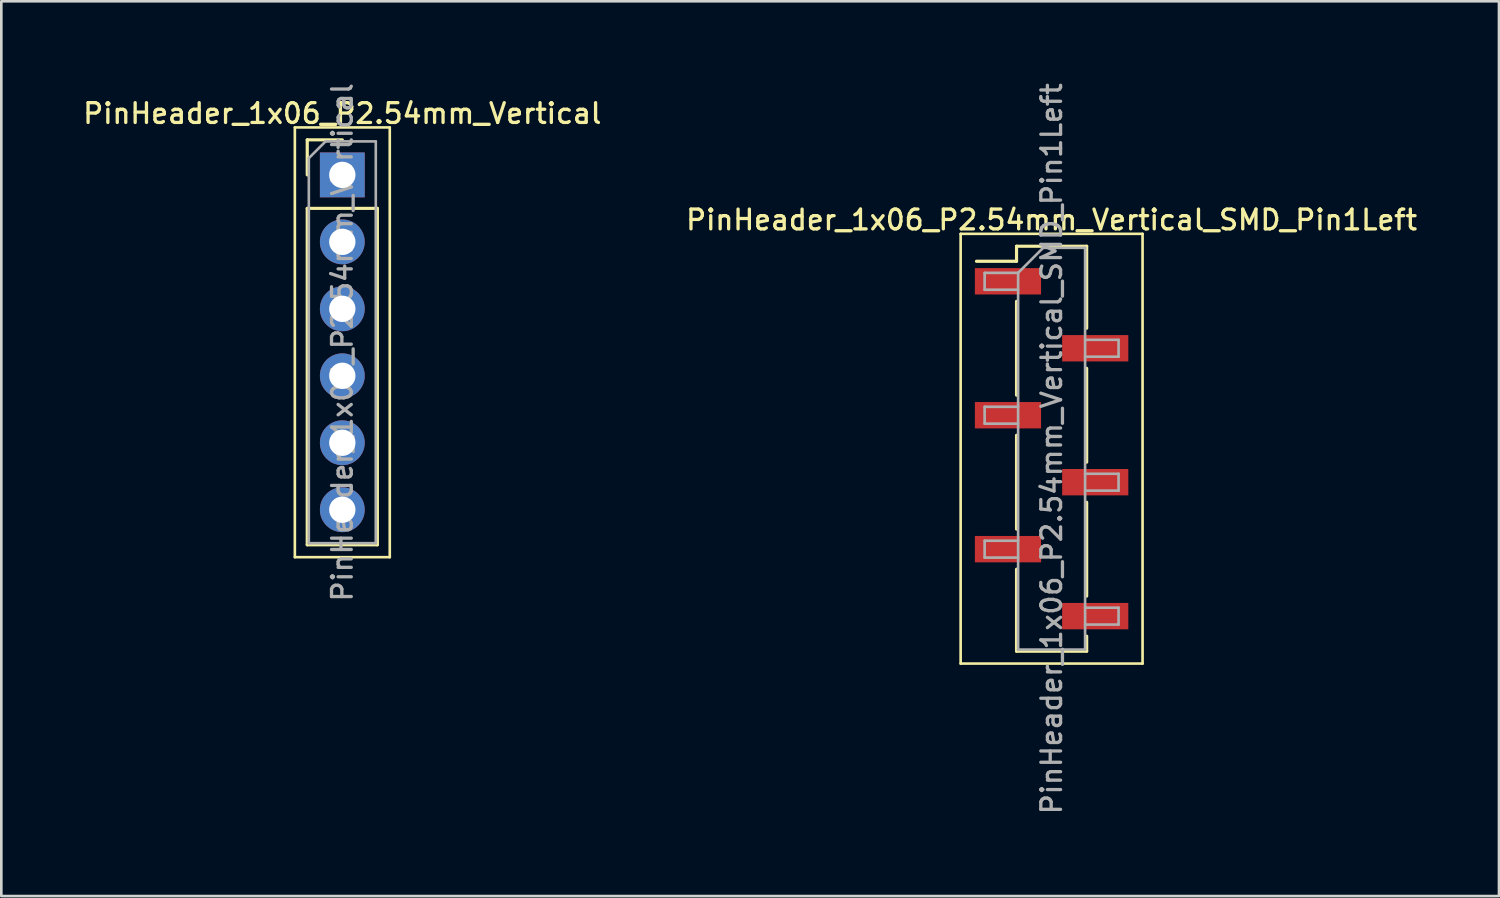
<source format=kicad_pcb>
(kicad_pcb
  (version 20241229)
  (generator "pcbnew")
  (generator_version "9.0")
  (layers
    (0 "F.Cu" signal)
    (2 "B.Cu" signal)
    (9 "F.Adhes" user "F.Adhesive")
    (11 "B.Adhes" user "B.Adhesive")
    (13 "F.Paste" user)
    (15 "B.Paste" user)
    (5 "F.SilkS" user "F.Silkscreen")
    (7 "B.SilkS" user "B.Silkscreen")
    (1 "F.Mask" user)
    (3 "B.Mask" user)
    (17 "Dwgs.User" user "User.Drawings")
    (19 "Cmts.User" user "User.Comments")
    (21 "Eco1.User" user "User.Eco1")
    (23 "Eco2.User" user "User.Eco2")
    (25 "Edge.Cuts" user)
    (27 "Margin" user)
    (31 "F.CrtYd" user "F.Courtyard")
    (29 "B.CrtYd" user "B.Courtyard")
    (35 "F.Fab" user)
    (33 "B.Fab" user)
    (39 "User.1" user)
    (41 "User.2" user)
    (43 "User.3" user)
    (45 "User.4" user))
  (footprint "PinHeader_1x06_P2.54mm_Vertical_SMD_Pin1Left"
    (layer "F.Cu")
    (at 36.838 13.97)
    (property "Reference" "PinHeader_1x06_P2.54mm_Vertical_SMD_Pin1Left" (at 0 -8.68 0) (layer "F.SilkS") (effects (font (size 0.75 0.75) (thickness 0.125))))
    (attr smd)
    (fp_line (start -3.45 -8.15) (end -3.45 8.15) (stroke (width 0.1) (type solid)) (layer "F.SilkS"))
    (fp_line (start -3.45 8.15) (end 3.45 8.15) (stroke (width 0.1) (type solid)) (layer "F.SilkS"))
    (fp_line (start -1.33 -7.68) (end -1.33 -7.11) (stroke (width 0.12) (type solid)) (layer "F.SilkS"))
    (fp_line (start -1.33 -7.68) (end 1.33 -7.68) (stroke (width 0.12) (type solid)) (layer "F.SilkS"))
    (fp_line (start -1.33 -7.11) (end -2.85 -7.11) (stroke (width 0.12) (type solid)) (layer "F.SilkS"))
    (fp_line (start -1.33 -5.59) (end -1.33 -2.03) (stroke (width 0.12) (type solid)) (layer "F.SilkS"))
    (fp_line (start -1.33 -0.51) (end -1.33 3.05) (stroke (width 0.12) (type solid)) (layer "F.SilkS"))
    (fp_line (start -1.33 4.57) (end -1.33 7.68) (stroke (width 0.12) (type solid)) (layer "F.SilkS"))
    (fp_line (start -1.33 7.68) (end 1.33 7.68) (stroke (width 0.12) (type solid)) (layer "F.SilkS"))
    (fp_line (start 1.33 -7.68) (end 1.33 -4.57) (stroke (width 0.12) (type solid)) (layer "F.SilkS"))
    (fp_line (start 1.33 -3.05) (end 1.33 0.51) (stroke (width 0.12) (type solid)) (layer "F.SilkS"))
    (fp_line (start 1.33 2.03) (end 1.33 5.59) (stroke (width 0.12) (type solid)) (layer "F.SilkS"))
    (fp_line (start 1.33 7.11) (end 1.33 7.68) (stroke (width 0.12) (type solid)) (layer "F.SilkS"))
    (fp_line (start 3.45 -8.15) (end -3.45 -8.15) (stroke (width 0.1) (type solid)) (layer "F.SilkS"))
    (fp_line (start 3.45 8.15) (end 3.45 -8.15) (stroke (width 0.1) (type solid)) (layer "F.SilkS"))
    (fp_line (start -2.54 -6.67) (end -2.54 -6.03) (stroke (width 0.1) (type solid)) (layer "F.Fab"))
    (fp_line (start -2.54 -6.03) (end -1.27 -6.03) (stroke (width 0.1) (type solid)) (layer "F.Fab"))
    (fp_line (start -2.54 -1.59) (end -2.54 -0.95) (stroke (width 0.1) (type solid)) (layer "F.Fab"))
    (fp_line (start -2.54 -0.95) (end -1.27 -0.95) (stroke (width 0.1) (type solid)) (layer "F.Fab"))
    (fp_line (start -2.54 3.49) (end -2.54 4.13) (stroke (width 0.1) (type solid)) (layer "F.Fab"))
    (fp_line (start -2.54 4.13) (end -1.27 4.13) (stroke (width 0.1) (type solid)) (layer "F.Fab"))
    (fp_line (start -1.27 -6.67) (end -2.54 -6.67) (stroke (width 0.1) (type solid)) (layer "F.Fab"))
    (fp_line (start -1.27 -6.67) (end -0.32 -7.62) (stroke (width 0.1) (type solid)) (layer "F.Fab"))
    (fp_line (start -1.27 -1.59) (end -2.54 -1.59) (stroke (width 0.1) (type solid)) (layer "F.Fab"))
    (fp_line (start -1.27 3.49) (end -2.54 3.49) (stroke (width 0.1) (type solid)) (layer "F.Fab"))
    (fp_line (start -1.27 7.62) (end -1.27 -6.67) (stroke (width 0.1) (type solid)) (layer "F.Fab"))
    (fp_line (start -0.32 -7.62) (end 1.27 -7.62) (stroke (width 0.1) (type solid)) (layer "F.Fab"))
    (fp_line (start 1.27 -7.62) (end 1.27 7.62) (stroke (width 0.1) (type solid)) (layer "F.Fab"))
    (fp_line (start 1.27 -4.13) (end 2.54 -4.13) (stroke (width 0.1) (type solid)) (layer "F.Fab"))
    (fp_line (start 1.27 0.95) (end 2.54 0.95) (stroke (width 0.1) (type solid)) (layer "F.Fab"))
    (fp_line (start 1.27 6.03) (end 2.54 6.03) (stroke (width 0.1) (type solid)) (layer "F.Fab"))
    (fp_line (start 1.27 7.62) (end -1.27 7.62) (stroke (width 0.1) (type solid)) (layer "F.Fab"))
    (fp_line (start 2.54 -4.13) (end 2.54 -3.49) (stroke (width 0.1) (type solid)) (layer "F.Fab"))
    (fp_line (start 2.54 -3.49) (end 1.27 -3.49) (stroke (width 0.1) (type solid)) (layer "F.Fab"))
    (fp_line (start 2.54 0.95) (end 2.54 1.59) (stroke (width 0.1) (type solid)) (layer "F.Fab"))
    (fp_line (start 2.54 1.59) (end 1.27 1.59) (stroke (width 0.1) (type solid)) (layer "F.Fab"))
    (fp_line (start 2.54 6.03) (end 2.54 6.67) (stroke (width 0.1) (type solid)) (layer "F.Fab"))
    (fp_line (start 2.54 6.67) (end 1.27 6.67) (stroke (width 0.1) (type solid)) (layer "F.Fab"))
    (fp_text user "${REFERENCE}" (at 0 0 90) (layer "F.Fab") (effects (font (size 0.75 0.75) (thickness 0.125))))
    (pad "1" smd rect (at -1.655 -6.35) (size 2.51 1) (layers "F.Cu" "F.Mask" "F.Paste"))
    (pad "2" smd rect (at 1.655 -3.81) (size 2.51 1) (layers "F.Cu" "F.Mask" "F.Paste"))
    (pad "3" smd rect (at -1.655 -1.27) (size 2.51 1) (layers "F.Cu" "F.Mask" "F.Paste"))
    (pad "4" smd rect (at 1.655 1.27) (size 2.51 1) (layers "F.Cu" "F.Mask" "F.Paste"))
    (pad "5" smd rect (at -1.655 3.81) (size 2.51 1) (layers "F.Cu" "F.Mask" "F.Paste"))
    (pad "6" smd rect (at 1.655 6.35) (size 2.51 1) (layers "F.Cu" "F.Mask" "F.Paste")))
  (footprint "PinHeader_1x06_P2.54mm_Vertical"
    (layer "F.Cu")
    (at 9.934 3.584)
    (property "Reference" "PinHeader_1x06_P2.54mm_Vertical" (at 0 -2.33 0) (layer "F.SilkS") (effects (font (size 0.75 0.75) (thickness 0.125))))
    (attr through_hole)
    (fp_line (start -1.8 -1.8) (end -1.8 14.5) (stroke (width 0.1) (type solid)) (layer "F.SilkS"))
    (fp_line (start -1.8 14.5) (end 1.8 14.5) (stroke (width 0.1) (type solid)) (layer "F.SilkS"))
    (fp_line (start -1.33 -1.33) (end 0 -1.33) (stroke (width 0.12) (type solid)) (layer "F.SilkS"))
    (fp_line (start -1.33 0) (end -1.33 -1.33) (stroke (width 0.12) (type solid)) (layer "F.SilkS"))
    (fp_line (start -1.33 1.27) (end -1.33 14.03) (stroke (width 0.12) (type solid)) (layer "F.SilkS"))
    (fp_line (start -1.33 1.27) (end 1.33 1.27) (stroke (width 0.12) (type solid)) (layer "F.SilkS"))
    (fp_line (start -1.33 14.03) (end 1.33 14.03) (stroke (width 0.12) (type solid)) (layer "F.SilkS"))
    (fp_line (start 1.33 1.27) (end 1.33 14.03) (stroke (width 0.12) (type solid)) (layer "F.SilkS"))
    (fp_line (start 1.8 -1.8) (end -1.8 -1.8) (stroke (width 0.1) (type solid)) (layer "F.SilkS"))
    (fp_line (start 1.8 14.5) (end 1.8 -1.8) (stroke (width 0.1) (type solid)) (layer "F.SilkS"))
    (fp_line (start -1.27 -0.635) (end -0.635 -1.27) (stroke (width 0.1) (type solid)) (layer "F.Fab"))
    (fp_line (start -1.27 13.97) (end -1.27 -0.635) (stroke (width 0.1) (type solid)) (layer "F.Fab"))
    (fp_line (start -0.635 -1.27) (end 1.27 -1.27) (stroke (width 0.1) (type solid)) (layer "F.Fab"))
    (fp_line (start 1.27 -1.27) (end 1.27 13.97) (stroke (width 0.1) (type solid)) (layer "F.Fab"))
    (fp_line (start 1.27 13.97) (end -1.27 13.97) (stroke (width 0.1) (type solid)) (layer "F.Fab"))
    (fp_text user "${REFERENCE}" (at 0 6.35 90) (layer "F.Fab") (effects (font (size 0.75 0.75) (thickness 0.125))))
    (pad "1" thru_hole rect (at 0 0) (size 1.7 1.7) (drill 1) (layers "*.Cu" "*.Mask"))
    (pad "2" thru_hole oval (at 0 2.54) (size 1.7 1.7) (drill 1) (layers "*.Cu" "*.Mask"))
    (pad "3" thru_hole oval (at 0 5.08) (size 1.7 1.7) (drill 1) (layers "*.Cu" "*.Mask"))
    (pad "4" thru_hole oval (at 0 7.62) (size 1.7 1.7) (drill 1) (layers "*.Cu" "*.Mask"))
    (pad "5" thru_hole oval (at 0 10.16) (size 1.7 1.7) (drill 1) (layers "*.Cu" "*.Mask"))
    (pad "6" thru_hole oval (at 0 12.7) (size 1.7 1.7) (drill 1) (layers "*.Cu" "*.Mask")))
  (gr_rect
    (start -3 -3)
    (end 53.807 30.939)
    (stroke (width 0.1) (type default))
    (fill no)
    (layer "Edge.Cuts")))
</source>
